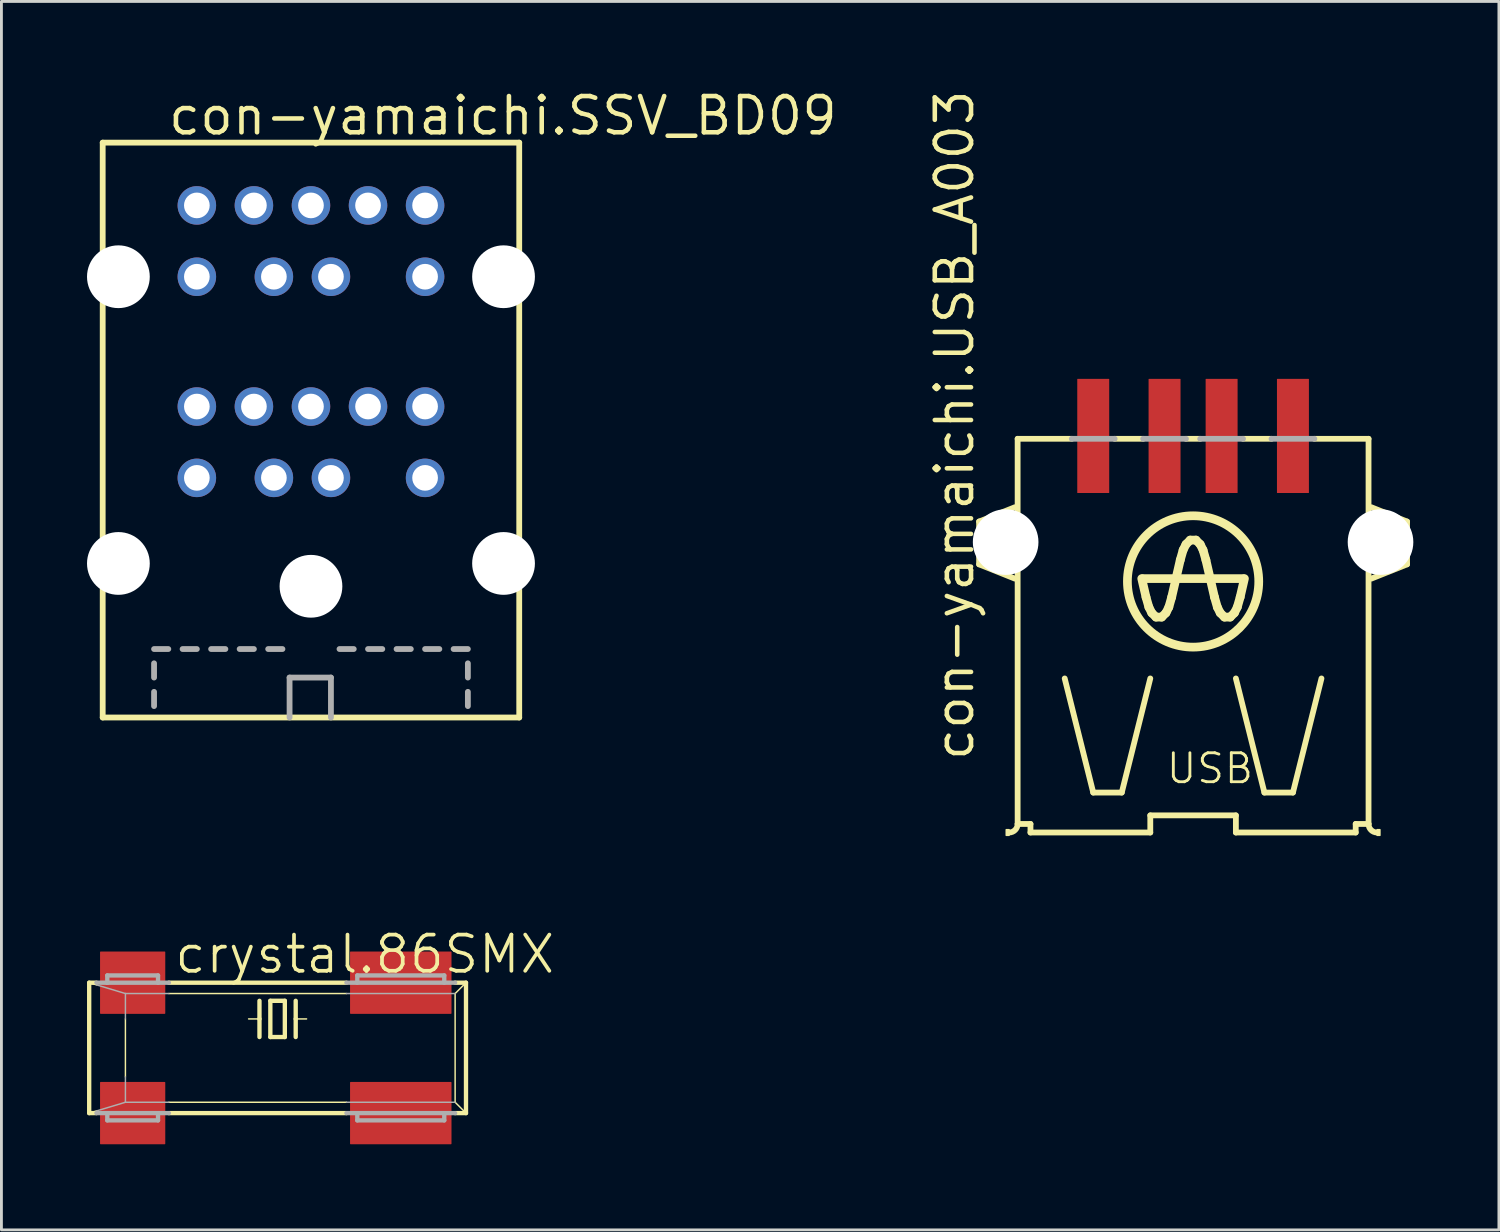
<source format=kicad_pcb>
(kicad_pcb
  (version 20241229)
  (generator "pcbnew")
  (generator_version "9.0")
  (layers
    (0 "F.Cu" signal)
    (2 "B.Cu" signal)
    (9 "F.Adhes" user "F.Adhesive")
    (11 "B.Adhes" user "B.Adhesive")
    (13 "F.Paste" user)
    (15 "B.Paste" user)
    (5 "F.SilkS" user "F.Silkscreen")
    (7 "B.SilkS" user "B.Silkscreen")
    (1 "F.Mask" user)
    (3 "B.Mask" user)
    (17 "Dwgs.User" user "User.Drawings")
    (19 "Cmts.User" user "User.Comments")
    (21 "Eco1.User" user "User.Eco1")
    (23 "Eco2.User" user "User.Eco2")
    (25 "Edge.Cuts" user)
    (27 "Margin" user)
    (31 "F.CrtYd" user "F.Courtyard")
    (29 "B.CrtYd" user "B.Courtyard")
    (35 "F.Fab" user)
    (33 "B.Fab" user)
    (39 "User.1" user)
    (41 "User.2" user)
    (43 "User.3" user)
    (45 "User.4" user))
  (footprint "crystal.86SMX"
    (layer "F.Cu")
    (at 6.68 33.681)
    (property "Reference" "crystal.86SMX" (at -3.683 -2.54 0) (layer "F.SilkS") (effects (font (size 1.27 1.27) (thickness 0.13)) (justify left bottom)))
    (attr smd)
    (fp_line (start -6.604 -2.286) (end -6.35 -2.286) (stroke (width 0.152) (type default)) (layer "F.SilkS"))
    (fp_line (start -6.604 2.286) (end -6.604 -2.286) (stroke (width 0.152) (type default)) (layer "F.SilkS"))
    (fp_line (start -6.604 2.286) (end -6.35 2.286) (stroke (width 0.152) (type default)) (layer "F.SilkS"))
    (fp_line (start -6.35 -2.21) (end -6.604 -2.286) (stroke (width 0.051) (type default)) (layer "F.SilkS"))
    (fp_line (start -6.35 2.21) (end -6.604 2.286) (stroke (width 0.051) (type default)) (layer "F.SilkS"))
    (fp_line (start -5.334 -1.016) (end -5.334 1.016) (stroke (width 0.051) (type default)) (layer "F.SilkS"))
    (fp_line (start -3.81 -2.286) (end 2.413 -2.286) (stroke (width 0.152) (type default)) (layer "F.SilkS"))
    (fp_line (start -3.81 -1.905) (end 2.413 -1.905) (stroke (width 0.051) (type default)) (layer "F.SilkS"))
    (fp_line (start -3.81 1.905) (end 2.413 1.905) (stroke (width 0.051) (type default)) (layer "F.SilkS"))
    (fp_line (start -3.81 2.286) (end 2.413 2.286) (stroke (width 0.152) (type default)) (layer "F.SilkS"))
    (fp_line (start -0.635 -1.651) (end -0.635 -1.016) (stroke (width 0.152) (type default)) (layer "F.SilkS"))
    (fp_line (start -0.635 -1.016) (end -1.016 -1.016) (stroke (width 0.051) (type default)) (layer "F.SilkS"))
    (fp_line (start -0.635 -1.016) (end -0.635 -0.381) (stroke (width 0.152) (type default)) (layer "F.SilkS"))
    (fp_line (start -0.254 -1.651) (end -0.254 -0.381) (stroke (width 0.152) (type default)) (layer "F.SilkS"))
    (fp_line (start -0.254 -0.381) (end 0.254 -0.381) (stroke (width 0.152) (type default)) (layer "F.SilkS"))
    (fp_line (start 0.254 -1.651) (end -0.254 -1.651) (stroke (width 0.152) (type default)) (layer "F.SilkS"))
    (fp_line (start 0.254 -0.381) (end 0.254 -1.651) (stroke (width 0.152) (type default)) (layer "F.SilkS"))
    (fp_line (start 0.635 -1.651) (end 0.635 -1.016) (stroke (width 0.152) (type default)) (layer "F.SilkS"))
    (fp_line (start 0.635 -1.016) (end 0.635 -0.381) (stroke (width 0.152) (type default)) (layer "F.SilkS"))
    (fp_line (start 0.635 -1.016) (end 1.016 -1.016) (stroke (width 0.051) (type default)) (layer "F.SilkS"))
    (fp_line (start 6.223 -2.286) (end 6.604 -2.286) (stroke (width 0.152) (type default)) (layer "F.SilkS"))
    (fp_line (start 6.223 -1.905) (end 6.604 -2.286) (stroke (width 0.051) (type default)) (layer "F.SilkS"))
    (fp_line (start 6.223 1.905) (end 6.223 -1.905) (stroke (width 0.051) (type default)) (layer "F.SilkS"))
    (fp_line (start 6.223 1.905) (end 6.604 2.286) (stroke (width 0.051) (type default)) (layer "F.SilkS"))
    (fp_line (start 6.223 2.286) (end 6.604 2.286) (stroke (width 0.152) (type default)) (layer "F.SilkS"))
    (fp_line (start 6.604 -2.286) (end 6.604 2.286) (stroke (width 0.152) (type default)) (layer "F.SilkS"))
    (fp_line (start -6.35 -2.286) (end -5.969 -2.286) (stroke (width 0.152) (type default)) (layer "F.Fab"))
    (fp_line (start -6.35 2.286) (end -5.969 2.286) (stroke (width 0.152) (type default)) (layer "F.Fab"))
    (fp_line (start -5.969 -2.54) (end -5.969 -2.286) (stroke (width 0.152) (type default)) (layer "F.Fab"))
    (fp_line (start -5.969 -2.54) (end -4.191 -2.54) (stroke (width 0.152) (type default)) (layer "F.Fab"))
    (fp_line (start -5.969 -2.286) (end -4.191 -2.286) (stroke (width 0.152) (type default)) (layer "F.Fab"))
    (fp_line (start -5.969 2.286) (end -4.191 2.286) (stroke (width 0.152) (type default)) (layer "F.Fab"))
    (fp_line (start -5.969 2.54) (end -5.969 2.286) (stroke (width 0.152) (type default)) (layer "F.Fab"))
    (fp_line (start -5.969 2.54) (end -4.191 2.54) (stroke (width 0.152) (type default)) (layer "F.Fab"))
    (fp_line (start -5.334 -1.905) (end -6.35 -2.21) (stroke (width 0.051) (type default)) (layer "F.Fab"))
    (fp_line (start -5.334 -1.905) (end -5.334 -1.016) (stroke (width 0.051) (type default)) (layer "F.Fab"))
    (fp_line (start -5.334 -1.905) (end -3.81 -1.905) (stroke (width 0.051) (type default)) (layer "F.Fab"))
    (fp_line (start -5.334 1.016) (end -5.334 1.905) (stroke (width 0.051) (type default)) (layer "F.Fab"))
    (fp_line (start -5.334 1.905) (end -6.35 2.21) (stroke (width 0.051) (type default)) (layer "F.Fab"))
    (fp_line (start -5.334 1.905) (end -3.81 1.905) (stroke (width 0.051) (type default)) (layer "F.Fab"))
    (fp_line (start -4.191 -2.54) (end -4.191 -2.286) (stroke (width 0.152) (type default)) (layer "F.Fab"))
    (fp_line (start -4.191 -2.286) (end -3.81 -2.286) (stroke (width 0.152) (type default)) (layer "F.Fab"))
    (fp_line (start -4.191 2.286) (end -3.81 2.286) (stroke (width 0.152) (type default)) (layer "F.Fab"))
    (fp_line (start -4.191 2.54) (end -4.191 2.286) (stroke (width 0.152) (type default)) (layer "F.Fab"))
    (fp_line (start 2.413 -2.286) (end 6.223 -2.286) (stroke (width 0.152) (type default)) (layer "F.Fab"))
    (fp_line (start 2.413 -1.905) (end 6.223 -1.905) (stroke (width 0.051) (type default)) (layer "F.Fab"))
    (fp_line (start 2.413 1.905) (end 6.223 1.905) (stroke (width 0.051) (type default)) (layer "F.Fab"))
    (fp_line (start 2.413 2.286) (end 6.223 2.286) (stroke (width 0.152) (type default)) (layer "F.Fab"))
    (fp_line (start 2.794 -2.54) (end 5.842 -2.54) (stroke (width 0.152) (type default)) (layer "F.Fab"))
    (fp_line (start 2.794 -2.286) (end 2.794 -2.54) (stroke (width 0.152) (type default)) (layer "F.Fab"))
    (fp_line (start 2.794 2.286) (end 2.794 2.54) (stroke (width 0.152) (type default)) (layer "F.Fab"))
    (fp_line (start 2.794 2.54) (end 5.842 2.54) (stroke (width 0.152) (type default)) (layer "F.Fab"))
    (fp_line (start 5.842 -2.54) (end 5.842 -2.286) (stroke (width 0.152) (type default)) (layer "F.Fab"))
    (fp_line (start 5.842 2.54) (end 5.842 2.286) (stroke (width 0.152) (type default)) (layer "F.Fab"))
    (pad "1" smd roundrect (at -5.08 2.286) (size 2.286 2.184) (layers "F.Cu" "F.Mask" "F.Paste") (roundrect_rratio 0.01))
    (pad "2" smd roundrect (at 4.318 2.286) (size 3.556 2.184) (layers "F.Cu" "F.Mask" "F.Paste") (roundrect_rratio 0.01))
    (pad "3" smd roundrect (at 4.318 -2.286) (size 3.556 2.184) (layers "F.Cu" "F.Mask" "F.Paste") (roundrect_rratio 0.01))
    (pad "4" smd roundrect (at -5.08 -2.286) (size 2.286 2.184) (layers "F.Cu" "F.Mask" "F.Paste") (roundrect_rratio 0.01)))
  (footprint "con-yamaichi.USB_A003"
    (layer "F.Cu")
    (at 38.77 26.231)
    (property "Reference" "con-yamaichi.USB_A003" (at -7.62 -2.54 90) (layer "F.SilkS") (effects (font (size 1.27 1.27) (thickness 0.16)) (justify left bottom)))
    (attr smd)
    (fp_line (start -7.5 -11) (end -7.5 -9.5) (stroke (width 0.203) (type default)) (layer "F.SilkS"))
    (fp_line (start -7.5 -9.5) (end -6.25 -9) (stroke (width 0.203) (type default)) (layer "F.SilkS"))
    (fp_line (start -6.25 -11.5) (end -7.5 -11) (stroke (width 0.203) (type default)) (layer "F.SilkS"))
    (fp_line (start -6.15 -13.9) (end -4.25 -13.9) (stroke (width 0.203) (type default)) (layer "F.SilkS"))
    (fp_line (start -6.15 -0.4) (end -6.15 -13.9) (stroke (width 0.203) (type default)) (layer "F.SilkS"))
    (fp_line (start -6.15 -0.4) (end -5.7 -0.4) (stroke (width 0.203) (type default)) (layer "F.SilkS"))
    (fp_line (start -5.7 -0.1) (end -5.7 -0.4) (stroke (width 0.203) (type default)) (layer "F.SilkS"))
    (fp_line (start -3.5 -1.5) (end -4.5 -5.5) (stroke (width 0.203) (type default)) (layer "F.SilkS"))
    (fp_line (start -2.75 -13.9) (end -1.75 -13.9) (stroke (width 0.203) (type default)) (layer "F.SilkS"))
    (fp_line (start -2.5 -1.5) (end -3.5 -1.5) (stroke (width 0.203) (type default)) (layer "F.SilkS"))
    (fp_line (start -1.8 -9) (end -1.65 -8.35) (stroke (width 0.305) (type default)) (layer "F.SilkS"))
    (fp_line (start -1.75 -9) (end 1.75 -9) (stroke (width 0.305) (type default)) (layer "F.SilkS"))
    (fp_line (start -1.65 -8.35) (end -1.55 -8) (stroke (width 0.305) (type default)) (layer "F.SilkS"))
    (fp_line (start -1.55 -8) (end -1.45 -7.8) (stroke (width 0.305) (type default)) (layer "F.SilkS"))
    (fp_line (start -1.5 -5.5) (end -2.5 -1.5) (stroke (width 0.203) (type default)) (layer "F.SilkS"))
    (fp_line (start -1.5 -0.7) (end -1.5 -0.1) (stroke (width 0.203) (type default)) (layer "F.SilkS"))
    (fp_line (start -1.5 -0.1) (end -5.7 -0.1) (stroke (width 0.203) (type default)) (layer "F.SilkS"))
    (fp_line (start -1.45 -7.8) (end -1.3 -7.65) (stroke (width 0.305) (type default)) (layer "F.SilkS"))
    (fp_line (start -1.3 -7.65) (end -1.1 -7.65) (stroke (width 0.305) (type default)) (layer "F.SilkS"))
    (fp_line (start -0.95 -7.8) (end -1.1 -7.65) (stroke (width 0.305) (type default)) (layer "F.SilkS"))
    (fp_line (start -0.85 -8) (end -0.95 -7.8) (stroke (width 0.305) (type default)) (layer "F.SilkS"))
    (fp_line (start -0.75 -8.35) (end -0.85 -8) (stroke (width 0.305) (type default)) (layer "F.SilkS"))
    (fp_line (start -0.75 -8.35) (end -0.45 -9.65) (stroke (width 0.305) (type default)) (layer "F.SilkS"))
    (fp_line (start -0.45 -9.65) (end -0.35 -10) (stroke (width 0.305) (type default)) (layer "F.SilkS"))
    (fp_line (start -0.35 -10) (end -0.25 -10.2) (stroke (width 0.305) (type default)) (layer "F.SilkS"))
    (fp_line (start -0.25 -13.9) (end 0.25 -13.9) (stroke (width 0.203) (type default)) (layer "F.SilkS"))
    (fp_line (start -0.25 -10.2) (end -0.1 -10.35) (stroke (width 0.305) (type default)) (layer "F.SilkS"))
    (fp_line (start 0.1 -10.35) (end -0.1 -10.35) (stroke (width 0.305) (type default)) (layer "F.SilkS"))
    (fp_line (start 0.25 -10.2) (end 0.1 -10.35) (stroke (width 0.305) (type default)) (layer "F.SilkS"))
    (fp_line (start 0.35 -10) (end 0.25 -10.2) (stroke (width 0.305) (type default)) (layer "F.SilkS"))
    (fp_line (start 0.45 -9.65) (end 0.35 -10) (stroke (width 0.305) (type default)) (layer "F.SilkS"))
    (fp_line (start 0.45 -9.65) (end 0.75 -8.35) (stroke (width 0.305) (type default)) (layer "F.SilkS"))
    (fp_line (start 0.75 -8.35) (end 0.85 -8) (stroke (width 0.305) (type default)) (layer "F.SilkS"))
    (fp_line (start 0.85 -8) (end 0.95 -7.8) (stroke (width 0.305) (type default)) (layer "F.SilkS"))
    (fp_line (start 0.95 -7.8) (end 1.1 -7.65) (stroke (width 0.305) (type default)) (layer "F.SilkS"))
    (fp_line (start 1.1 -7.65) (end 1.3 -7.65) (stroke (width 0.305) (type default)) (layer "F.SilkS"))
    (fp_line (start 1.45 -7.8) (end 1.3 -7.65) (stroke (width 0.305) (type default)) (layer "F.SilkS"))
    (fp_line (start 1.5 -0.7) (end -1.5 -0.7) (stroke (width 0.203) (type default)) (layer "F.SilkS"))
    (fp_line (start 1.5 -0.1) (end 1.5 -0.7) (stroke (width 0.203) (type default)) (layer "F.SilkS"))
    (fp_line (start 1.55 -8) (end 1.45 -7.8) (stroke (width 0.305) (type default)) (layer "F.SilkS"))
    (fp_line (start 1.65 -8.35) (end 1.55 -8) (stroke (width 0.305) (type default)) (layer "F.SilkS"))
    (fp_line (start 1.75 -13.9) (end 2.75 -13.9) (stroke (width 0.203) (type default)) (layer "F.SilkS"))
    (fp_line (start 1.8 -9) (end 1.65 -8.35) (stroke (width 0.305) (type default)) (layer "F.SilkS"))
    (fp_line (start 2.5 -1.5) (end 1.5 -5.5) (stroke (width 0.203) (type default)) (layer "F.SilkS"))
    (fp_line (start 3.5 -1.5) (end 2.5 -1.5) (stroke (width 0.203) (type default)) (layer "F.SilkS"))
    (fp_line (start 4.25 -13.9) (end 6.15 -13.9) (stroke (width 0.203) (type default)) (layer "F.SilkS"))
    (fp_line (start 4.5 -5.5) (end 3.5 -1.5) (stroke (width 0.203) (type default)) (layer "F.SilkS"))
    (fp_line (start 5.7 -0.4) (end 5.7 -0.1) (stroke (width 0.203) (type default)) (layer "F.SilkS"))
    (fp_line (start 5.7 -0.1) (end 1.5 -0.1) (stroke (width 0.203) (type default)) (layer "F.SilkS"))
    (fp_line (start 6.15 -13.9) (end 6.15 -0.4) (stroke (width 0.203) (type default)) (layer "F.SilkS"))
    (fp_line (start 6.15 -0.4) (end 5.7 -0.4) (stroke (width 0.203) (type default)) (layer "F.SilkS"))
    (fp_line (start 6.25 -9) (end 7.5 -9.5) (stroke (width 0.203) (type default)) (layer "F.SilkS"))
    (fp_line (start 7.5 -11) (end 6.25 -11.5) (stroke (width 0.203) (type default)) (layer "F.SilkS"))
    (fp_line (start 7.5 -9.5) (end 7.5 -11) (stroke (width 0.203) (type default)) (layer "F.SilkS"))
    (fp_rect (start -6.55 0) (end -6.45 -0.2) (stroke (width 0.05) (type default)) (fill yes) (layer "F.SilkS"))
    (fp_rect (start 6.45 0) (end 6.55 -0.2) (stroke (width 0.05) (type default)) (fill yes) (layer "F.SilkS"))
    (fp_arc (start -6.15 -0.4) (mid -6.237868 -0.187868) (end -6.45 -0.1) (stroke (width 0.2032) (type default)) (layer "F.SilkS"))
    (fp_arc (start 6.45 -0.1) (mid 6.237868 -0.187868) (end 6.15 -0.4) (stroke (width 0.2032) (type default)) (layer "F.SilkS"))
    (fp_circle (center 0 -8.9) (end 2.302 -8.9) (stroke (width 0.305) (type default)) (fill no) (layer "F.SilkS"))
    (fp_line (start -4.25 -13.9) (end -2.75 -13.9) (stroke (width 0.203) (type default)) (layer "F.Fab"))
    (fp_line (start -1.75 -13.9) (end -0.25 -13.9) (stroke (width 0.203) (type default)) (layer "F.Fab"))
    (fp_line (start 0.25 -13.9) (end 1.75 -13.9) (stroke (width 0.203) (type default)) (layer "F.Fab"))
    (fp_line (start 2.75 -13.9) (end 4.25 -13.9) (stroke (width 0.203) (type default)) (layer "F.Fab"))
    (fp_text user "USB" (at -1 -1.75 0) (layer "F.SilkS") (effects (font (size 1.016 1.016) (thickness 0.1)) (justify left bottom)))
    (pad "" np_thru_hole circle (at -6.57 -10.28) (size 2.3 2.3) (drill 2.3) (layers "*.Cu" "*.Mask"))
    (pad "" np_thru_hole circle (at 6.57 -10.28) (size 2.3 2.3) (drill 2.3) (layers "*.Cu" "*.Mask"))
    (pad "1" smd roundrect (at -3.5 -14) (size 1.12 4) (layers "F.Cu" "F.Mask" "F.Paste") (roundrect_rratio 0.01))
    (pad "2" smd roundrect (at -1 -14) (size 1.12 4) (layers "F.Cu" "F.Mask" "F.Paste") (roundrect_rratio 0.01))
    (pad "3" smd roundrect (at 1 -14) (size 1.12 4) (layers "F.Cu" "F.Mask" "F.Paste") (roundrect_rratio 0.01))
    (pad "4" smd roundrect (at 3.5 -14) (size 1.12 4) (layers "F.Cu" "F.Mask" "F.Paste") (roundrect_rratio 0.01)))
  (footprint "con-yamaichi.SSV_BD09"
    (layer "F.Cu")
    (at 7.85 22.2)
    (property "Reference" "con-yamaichi.SSV_BD09" (at -5.08 -20.45 0) (layer "F.SilkS") (effects (font (size 1.27 1.27) (thickness 0.16)) (justify left bottom)))
    (attr through_hole)
    (fp_line (start -7.3 -20.25) (end -7.3 -0.1) (stroke (width 0.203) (type default)) (layer "F.SilkS"))
    (fp_line (start -7.3 -0.1) (end 7.3 -0.1) (stroke (width 0.203) (type default)) (layer "F.SilkS"))
    (fp_line (start 7.3 -20.25) (end -7.3 -20.25) (stroke (width 0.203) (type default)) (layer "F.SilkS"))
    (fp_line (start 7.3 -0.1) (end 7.3 -20.25) (stroke (width 0.203) (type default)) (layer "F.SilkS"))
    (fp_line (start -5.5 -2.5) (end -5 -2.5) (stroke (width 0.203) (type default)) (layer "F.Fab"))
    (fp_line (start -5.5 -1.5) (end -5.5 -2) (stroke (width 0.203) (type default)) (layer "F.Fab"))
    (fp_line (start -5.5 -0.5) (end -5.5 -1) (stroke (width 0.203) (type default)) (layer "F.Fab"))
    (fp_line (start -4.5 -2.5) (end -4 -2.5) (stroke (width 0.203) (type default)) (layer "F.Fab"))
    (fp_line (start -3.5 -2.5) (end -3 -2.5) (stroke (width 0.203) (type default)) (layer "F.Fab"))
    (fp_line (start -2.5 -2.5) (end -2 -2.5) (stroke (width 0.203) (type default)) (layer "F.Fab"))
    (fp_line (start -1.5 -2.5) (end -1 -2.5) (stroke (width 0.203) (type default)) (layer "F.Fab"))
    (fp_line (start -0.75 -1.5) (end 0.7 -1.5) (stroke (width 0.203) (type default)) (layer "F.Fab"))
    (fp_line (start -0.75 -0.1) (end -0.75 -1.5) (stroke (width 0.203) (type default)) (layer "F.Fab"))
    (fp_line (start 0.7 -1.5) (end 0.7 -0.1) (stroke (width 0.203) (type default)) (layer "F.Fab"))
    (fp_line (start 1 -2.5) (end 1.5 -2.5) (stroke (width 0.203) (type default)) (layer "F.Fab"))
    (fp_line (start 2 -2.5) (end 2.5 -2.5) (stroke (width 0.203) (type default)) (layer "F.Fab"))
    (fp_line (start 3 -2.5) (end 3.5 -2.5) (stroke (width 0.203) (type default)) (layer "F.Fab"))
    (fp_line (start 4 -2.5) (end 4.5 -2.5) (stroke (width 0.203) (type default)) (layer "F.Fab"))
    (fp_line (start 5 -2.5) (end 5.5 -2.5) (stroke (width 0.203) (type default)) (layer "F.Fab"))
    (fp_line (start 5.5 -1.5) (end 5.5 -2) (stroke (width 0.203) (type default)) (layer "F.Fab"))
    (fp_line (start 5.5 -0.5) (end 5.5 -1) (stroke (width 0.203) (type default)) (layer "F.Fab"))
    (pad "" np_thru_hole circle (at -6.75 -15.55) (size 2.2 2.2) (drill 2.2) (layers "*.Cu" "*.Mask"))
    (pad "" np_thru_hole circle (at -6.75 -5.5) (size 2.2 2.2) (drill 2.2) (layers "*.Cu" "*.Mask"))
    (pad "" np_thru_hole circle (at 0 -4.7) (size 2.2 2.2) (drill 2.2) (layers "*.Cu" "*.Mask"))
    (pad "" np_thru_hole circle (at 6.75 -15.55) (size 2.2 2.2) (drill 2.2) (layers "*.Cu" "*.Mask"))
    (pad "" np_thru_hole circle (at 6.75 -5.5) (size 2.2 2.2) (drill 2.2) (layers "*.Cu" "*.Mask"))
    (pad "1-1" thru_hole circle (at 0.7 -8.5) (size 1.35 1.35) (drill 0.9) (layers "*.Cu" "*.Mask"))
    (pad "1-2" thru_hole circle (at -1.3 -8.5) (size 1.35 1.35) (drill 0.9) (layers "*.Cu" "*.Mask"))
    (pad "1-3" thru_hole circle (at 4 -8.5) (size 1.35 1.35) (drill 0.9) (layers "*.Cu" "*.Mask"))
    (pad "1-4" thru_hole circle (at 2 -11) (size 1.35 1.35) (drill 0.9) (layers "*.Cu" "*.Mask"))
    (pad "1-5" thru_hole circle (at 0 -11) (size 1.35 1.35) (drill 0.9) (layers "*.Cu" "*.Mask"))
    (pad "1-6" thru_hole circle (at -4 -8.5) (size 1.35 1.35) (drill 0.9) (layers "*.Cu" "*.Mask"))
    (pad "1-7" thru_hole circle (at 4 -11) (size 1.35 1.35) (drill 0.9) (layers "*.Cu" "*.Mask"))
    (pad "1-8" thru_hole circle (at -2 -11) (size 1.35 1.35) (drill 0.9) (layers "*.Cu" "*.Mask"))
    (pad "1-9" thru_hole circle (at -4 -11) (size 1.35 1.35) (drill 0.9) (layers "*.Cu" "*.Mask"))
    (pad "2-1" thru_hole circle (at 0.7 -15.55) (size 1.35 1.35) (drill 0.9) (layers "*.Cu" "*.Mask"))
    (pad "2-2" thru_hole circle (at -1.3 -15.55) (size 1.35 1.35) (drill 0.9) (layers "*.Cu" "*.Mask"))
    (pad "2-3" thru_hole circle (at 4 -15.55) (size 1.35 1.35) (drill 0.9) (layers "*.Cu" "*.Mask"))
    (pad "2-4" thru_hole circle (at 2 -18.05) (size 1.35 1.35) (drill 0.9) (layers "*.Cu" "*.Mask"))
    (pad "2-5" thru_hole circle (at 0 -18.05) (size 1.35 1.35) (drill 0.9) (layers "*.Cu" "*.Mask"))
    (pad "2-6" thru_hole circle (at -4 -15.55) (size 1.35 1.35) (drill 0.9) (layers "*.Cu" "*.Mask"))
    (pad "2-7" thru_hole circle (at 4 -18.05) (size 1.35 1.35) (drill 0.9) (layers "*.Cu" "*.Mask"))
    (pad "2-8" thru_hole circle (at -2 -18.05) (size 1.35 1.35) (drill 0.9) (layers "*.Cu" "*.Mask"))
    (pad "2-9" thru_hole circle (at -4 -18.05) (size 1.35 1.35) (drill 0.9) (layers "*.Cu" "*.Mask")))
  (gr_rect
    (start -3 -3)
    (end 49.49 40.059)
    (stroke (width 0.1) (type default))
    (fill no)
    (layer "Edge.Cuts")))
</source>
